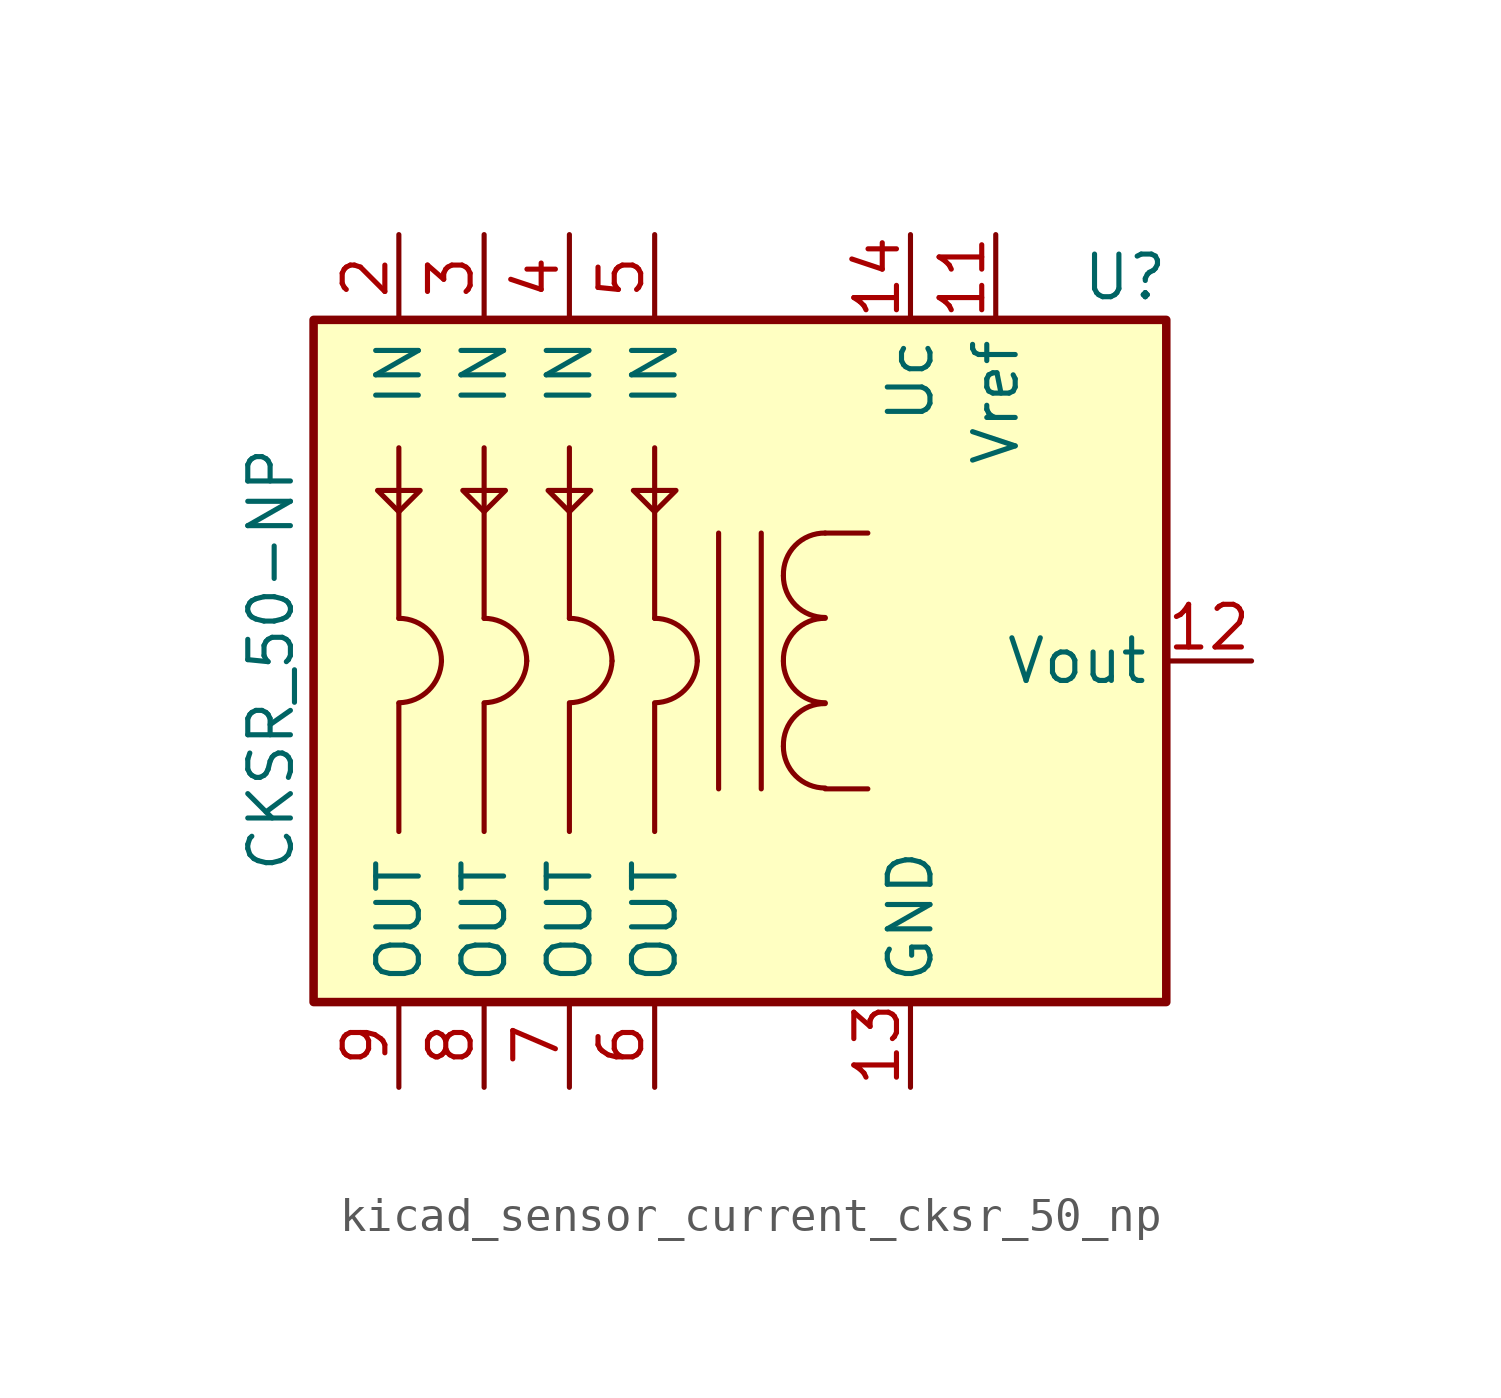
<source format=kicad_sym>
(kicad_symbol_lib
  (version 20220914)
  (generator kicad_symbol_editor)
  (symbol "kicad_sensor_current_cksr_50_np"
    (property "Reference" "U"
      (at 10.16 11.43 0)
      (effects (font (size 1.27 1.27)) (justify left)))
    (property "Value" "CKSR_50-NP"
      (at -13.97 -6.35 90)
      (effects (font (size 1.27 1.27)) (justify left)))
    (symbol "kicad_sensor_current_cksr_50_np_0_1"
      (rectangle (start -12.7 10.16) (end 12.7 -10.16) (stroke (width 0.254) (type default)) (fill (type background)))
      (polyline (pts (xy -10.16 -1.27) (xy -10.16 -5.08)) (stroke (width 0) (type default)) (fill (type none)))
      (polyline (pts (xy -10.16 1.27) (xy -10.16 6.35)) (stroke (width 0) (type default)) (fill (type none)))
      (polyline (pts (xy -7.62 -1.27) (xy -7.62 -5.08)) (stroke (width 0) (type default)) (fill (type none)))
      (polyline (pts (xy -7.62 1.27) (xy -7.62 6.35)) (stroke (width 0) (type default)) (fill (type none)))
      (polyline (pts (xy -5.08 -1.27) (xy -5.08 -5.08)) (stroke (width 0) (type default)) (fill (type none)))
      (polyline (pts (xy -5.08 1.27) (xy -5.08 6.35)) (stroke (width 0) (type default)) (fill (type none)))
      (polyline (pts (xy -2.54 -1.27) (xy -2.54 -5.08)) (stroke (width 0) (type default)) (fill (type none)))
      (polyline (pts (xy -2.54 1.27) (xy -2.54 6.35)) (stroke (width 0) (type default)) (fill (type none)))
      (polyline (pts (xy 2.54 -3.81) (xy 3.81 -3.81)) (stroke (width 0) (type default)) (fill (type none)))
      (polyline (pts (xy 2.54 3.81) (xy 3.81 3.81)) (stroke (width 0) (type default)) (fill (type none)))
      (polyline (pts (xy -9.525 5.08) (xy -10.795 5.08) (xy -10.16 4.445) (xy -9.525 5.08)) (stroke (width 0) (type default)) (fill (type none)))
      (polyline (pts (xy -6.985 5.08) (xy -8.255 5.08) (xy -7.62 4.445) (xy -6.985 5.08)) (stroke (width 0) (type default)) (fill (type none)))
      (polyline (pts (xy -4.445 5.08) (xy -5.715 5.08) (xy -5.08 4.445) (xy -4.445 5.08)) (stroke (width 0) (type default)) (fill (type none)))
      (polyline (pts (xy -1.905 5.08) (xy -2.54 4.445) (xy -3.175 5.08) (xy -1.905 5.08)) (stroke (width 0) (type default)) (fill (type none))))
    (symbol "kicad_sensor_current_cksr_50_np_1_1"
      (arc (start -10.16 -1.2446) (mid -9.2799 -0.8801) (end -8.89 0) (stroke (width 0) (type default)) (fill (type none)))
      (arc (start -8.89 0) (mid -9.262 0.898) (end -10.16 1.27) (stroke (width 0) (type default)) (fill (type none)))
      (arc (start -7.62 -1.2446) (mid -6.7399 -0.8801) (end -6.35 0) (stroke (width 0) (type default)) (fill (type none)))
      (arc (start -6.35 0) (mid -6.722 0.898) (end -7.62 1.27) (stroke (width 0) (type default)) (fill (type none)))
      (arc (start -5.08 -1.2446) (mid -4.1999 -0.8801) (end -3.81 0) (stroke (width 0) (type default)) (fill (type none)))
      (arc (start -3.81 0) (mid -4.182 0.898) (end -5.08 1.27) (stroke (width 0) (type default)) (fill (type none)))
      (arc (start -2.54 -1.2446) (mid -1.6599 -0.8801) (end -1.27 0) (stroke (width 0) (type default)) (fill (type none)))
      (arc (start -1.27 0) (mid -1.642 0.898) (end -2.54 1.27) (stroke (width 0) (type default)) (fill (type none)))
      (polyline (pts (xy -0.635 3.81) (xy -0.635 -3.81)) (stroke (width 0) (type default)) (fill (type none)))
      (polyline (pts (xy 0.635 -3.81) (xy 0.635 3.81)) (stroke (width 0) (type default)) (fill (type none)))
      (arc (start 1.2954 -2.54) (mid 1.6599 -3.4201) (end 2.54 -3.7846) (stroke (width 0) (type default)) (fill (type none)))
      (arc (start 1.2954 0) (mid 1.6599 -0.8801) (end 2.54 -1.2446) (stroke (width 0) (type default)) (fill (type none)))
      (arc (start 1.2954 2.54) (mid 1.6599 1.6599) (end 2.54 1.2954) (stroke (width 0) (type default)) (fill (type none)))
      (arc (start 2.54 -1.27) (mid 1.642 -1.642) (end 1.2954 -2.54) (stroke (width 0) (type default)) (fill (type none)))
      (arc (start 2.54 1.27) (mid 1.642 0.898) (end 1.2954 0) (stroke (width 0) (type default)) (fill (type none)))
      (arc (start 2.54 3.81) (mid 1.642 3.438) (end 1.2954 2.54) (stroke (width 0) (type default)) (fill (type none)))
      (pin bidirectional line (at 7.62 12.7 270) (length 2.54) (name "Vref" (effects (font (size 1.27 1.27)))) (number "11" (effects (font (size 1.27 1.27)))))
      (pin output line (at 15.24 0 180) (length 2.54) (name "Vout" (effects (font (size 1.27 1.27)))) (number "12" (effects (font (size 1.27 1.27)))))
      (pin power_in line (at 5.08 -12.7 90) (length 2.54) (name "GND" (effects (font (size 1.27 1.27)))) (number "13" (effects (font (size 1.27 1.27)))))
      (pin power_in line (at 5.08 12.7 270) (length 2.54) (name "Uc" (effects (font (size 1.27 1.27)))) (number "14" (effects (font (size 1.27 1.27)))))
      (pin passive line (at -10.16 12.7 270) (length 2.54) (name "IN" (effects (font (size 1.27 1.27)))) (number "2" (effects (font (size 1.27 1.27)))))
      (pin passive line (at -7.62 12.7 270) (length 2.54) (name "IN" (effects (font (size 1.27 1.27)))) (number "3" (effects (font (size 1.27 1.27)))))
      (pin passive line (at -5.08 12.7 270) (length 2.54) (name "IN" (effects (font (size 1.27 1.27)))) (number "4" (effects (font (size 1.27 1.27)))))
      (pin passive line (at -2.54 12.7 270) (length 2.54) (name "IN" (effects (font (size 1.27 1.27)))) (number "5" (effects (font (size 1.27 1.27)))))
      (pin passive line (at -2.54 -12.7 90) (length 2.54) (name "OUT" (effects (font (size 1.27 1.27)))) (number "6" (effects (font (size 1.27 1.27)))))
      (pin passive line (at -5.08 -12.7 90) (length 2.54) (name "OUT" (effects (font (size 1.27 1.27)))) (number "7" (effects (font (size 1.27 1.27)))))
      (pin passive line (at -7.62 -12.7 90) (length 2.54) (name "OUT" (effects (font (size 1.27 1.27)))) (number "8" (effects (font (size 1.27 1.27)))))
      (pin passive line (at -10.16 -12.7 90) (length 2.54) (name "OUT" (effects (font (size 1.27 1.27)))) (number "9" (effects (font (size 1.27 1.27))))))))
</source>
